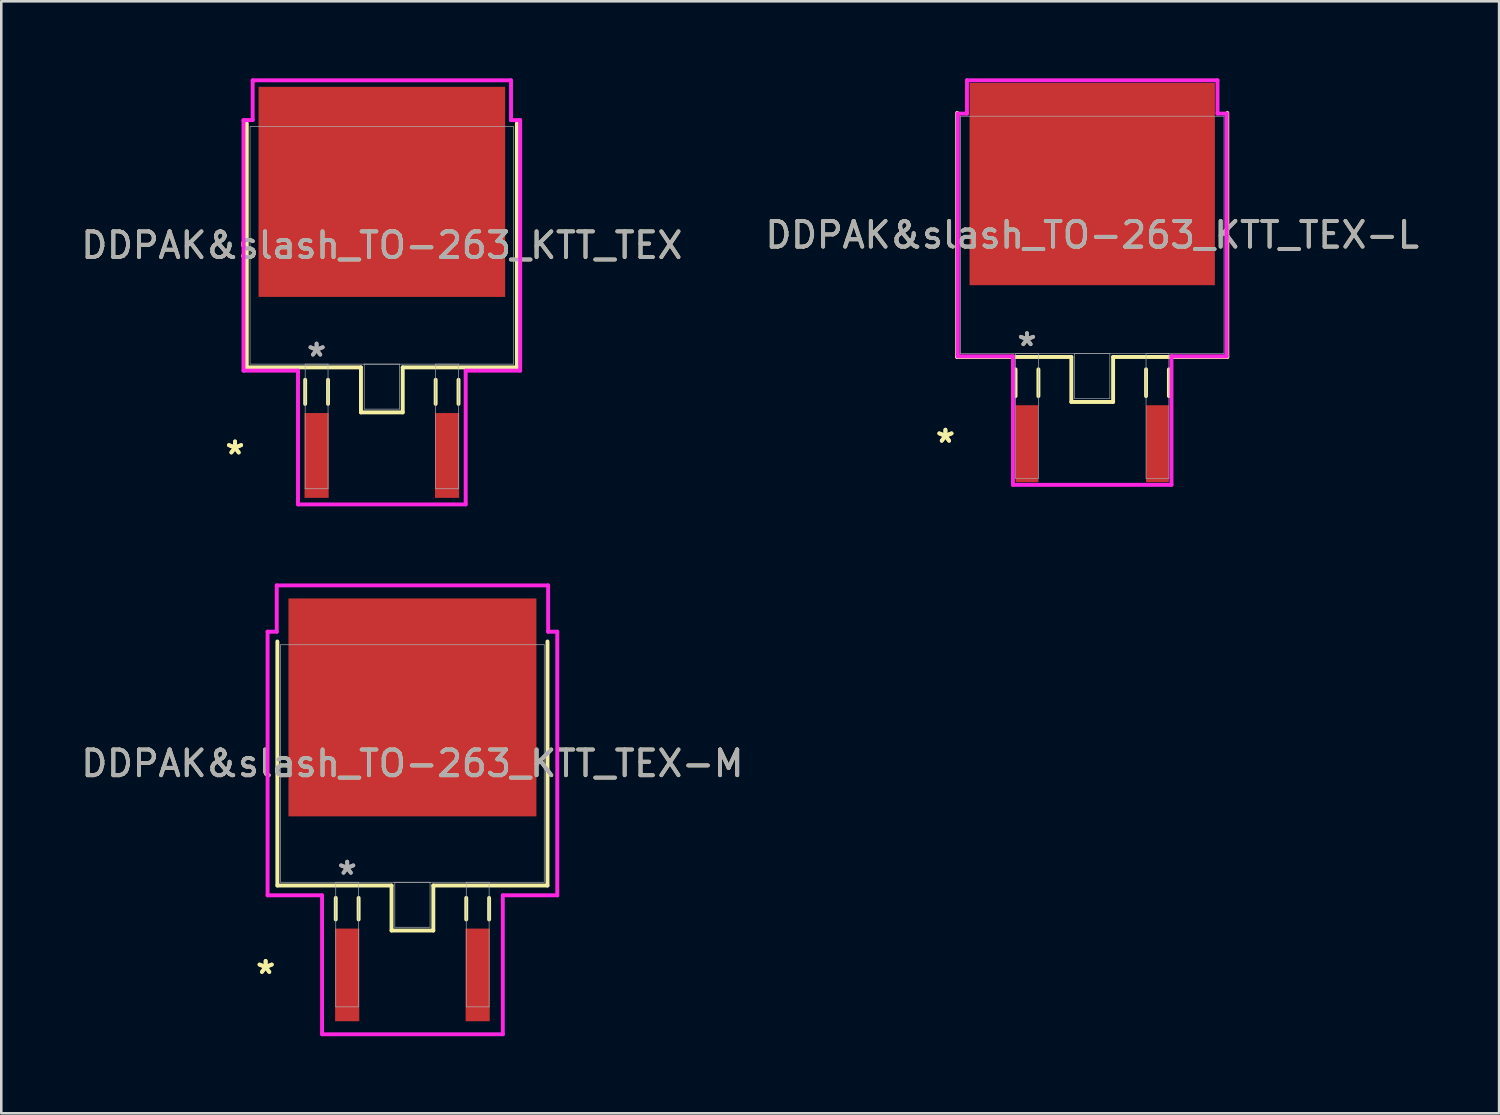
<source format=kicad_pcb>
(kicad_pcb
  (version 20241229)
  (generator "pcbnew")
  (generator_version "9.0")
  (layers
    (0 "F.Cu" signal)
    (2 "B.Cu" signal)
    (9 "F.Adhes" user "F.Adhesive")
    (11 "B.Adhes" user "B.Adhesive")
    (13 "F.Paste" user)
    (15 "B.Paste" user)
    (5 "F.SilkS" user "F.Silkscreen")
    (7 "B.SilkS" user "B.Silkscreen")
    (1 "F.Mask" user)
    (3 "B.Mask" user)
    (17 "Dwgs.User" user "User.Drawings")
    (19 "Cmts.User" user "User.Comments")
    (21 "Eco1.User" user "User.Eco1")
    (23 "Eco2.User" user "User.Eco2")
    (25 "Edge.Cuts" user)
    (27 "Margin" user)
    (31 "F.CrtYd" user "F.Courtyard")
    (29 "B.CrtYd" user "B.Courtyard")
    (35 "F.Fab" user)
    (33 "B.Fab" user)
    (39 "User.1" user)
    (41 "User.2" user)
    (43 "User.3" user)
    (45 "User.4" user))
  (footprint "DDPAK&slash_TO-263_KTT_TEX"
    (layer "F.Cu")
    (at 11.815 6.502)
    (property "Reference" "DDPAK&slash_TO-263_KTT_TEX" (at 0 0 0) (unlocked yes) (layer "F.SilkS") (effects (font (size 1 1) (thickness 0.15))))
    (attr smd)
    (fp_line (start -5.258 -4.75) (end -5.258 4.75) (stroke (width 0.152) (type solid)) (layer "F.SilkS"))
    (fp_line (start -5.258 4.75) (end -0.813 4.75) (stroke (width 0.152) (type solid)) (layer "F.SilkS"))
    (fp_line (start -2.985 5.232) (end -2.985 6.172) (stroke (width 0.152) (type solid)) (layer "F.SilkS"))
    (fp_line (start -2.095 5.232) (end -2.095 6.172) (stroke (width 0.152) (type solid)) (layer "F.SilkS"))
    (fp_line (start -0.813 4.75) (end -0.813 6.502) (stroke (width 0.152) (type solid)) (layer "F.SilkS"))
    (fp_line (start -0.813 6.502) (end 0.813 6.502) (stroke (width 0.152) (type solid)) (layer "F.SilkS"))
    (fp_line (start 0.813 4.75) (end 5.258 4.75) (stroke (width 0.152) (type solid)) (layer "F.SilkS"))
    (fp_line (start 0.813 6.502) (end 0.813 4.75) (stroke (width 0.152) (type solid)) (layer "F.SilkS"))
    (fp_line (start 2.095 5.232) (end 2.095 6.172) (stroke (width 0.152) (type solid)) (layer "F.SilkS"))
    (fp_line (start 2.985 5.232) (end 2.985 6.172) (stroke (width 0.152) (type solid)) (layer "F.SilkS"))
    (fp_line (start 5.258 4.75) (end 5.258 -4.75) (stroke (width 0.152) (type solid)) (layer "F.SilkS"))
    (fp_line (start -5.385 -4.877) (end -5.029 -4.877) (stroke (width 0.152) (type solid)) (layer "F.CrtYd"))
    (fp_line (start -5.385 4.877) (end -5.385 -4.877) (stroke (width 0.152) (type solid)) (layer "F.CrtYd"))
    (fp_line (start -5.029 -6.426) (end 5.029 -6.426) (stroke (width 0.152) (type solid)) (layer "F.CrtYd"))
    (fp_line (start -5.029 -4.877) (end -5.029 -6.426) (stroke (width 0.152) (type solid)) (layer "F.CrtYd"))
    (fp_line (start -3.264 4.877) (end -5.385 4.877) (stroke (width 0.152) (type solid)) (layer "F.CrtYd"))
    (fp_line (start -3.264 10.084) (end -3.264 4.877) (stroke (width 0.152) (type solid)) (layer "F.CrtYd"))
    (fp_line (start 3.264 4.877) (end 3.264 10.084) (stroke (width 0.152) (type solid)) (layer "F.CrtYd"))
    (fp_line (start 3.264 10.084) (end -3.264 10.084) (stroke (width 0.152) (type solid)) (layer "F.CrtYd"))
    (fp_line (start 5.029 -6.426) (end 5.029 -4.877) (stroke (width 0.152) (type solid)) (layer "F.CrtYd"))
    (fp_line (start 5.029 -4.877) (end 5.385 -4.877) (stroke (width 0.152) (type solid)) (layer "F.CrtYd"))
    (fp_line (start 5.385 -4.877) (end 5.385 4.877) (stroke (width 0.152) (type solid)) (layer "F.CrtYd"))
    (fp_line (start 5.385 4.877) (end 3.264 4.877) (stroke (width 0.152) (type solid)) (layer "F.CrtYd"))
    (fp_line (start -5.131 -4.623) (end -5.131 4.623) (stroke (width 0.025) (type solid)) (layer "F.Fab"))
    (fp_line (start -5.131 4.623) (end 5.131 4.623) (stroke (width 0.025) (type solid)) (layer "F.Fab"))
    (fp_line (start -2.985 4.623) (end -2.985 9.474) (stroke (width 0.025) (type solid)) (layer "F.Fab"))
    (fp_line (start -2.985 9.474) (end -2.095 9.474) (stroke (width 0.025) (type solid)) (layer "F.Fab"))
    (fp_line (start -2.095 4.623) (end -2.985 4.623) (stroke (width 0.025) (type solid)) (layer "F.Fab"))
    (fp_line (start -2.095 9.474) (end -2.095 4.623) (stroke (width 0.025) (type solid)) (layer "F.Fab"))
    (fp_line (start -0.686 4.623) (end -0.686 6.375) (stroke (width 0.025) (type solid)) (layer "F.Fab"))
    (fp_line (start -0.686 6.375) (end 0.686 6.375) (stroke (width 0.025) (type solid)) (layer "F.Fab"))
    (fp_line (start 0.686 4.623) (end -0.686 4.623) (stroke (width 0.025) (type solid)) (layer "F.Fab"))
    (fp_line (start 0.686 6.375) (end 0.686 4.623) (stroke (width 0.025) (type solid)) (layer "F.Fab"))
    (fp_line (start 2.095 4.623) (end 2.095 9.474) (stroke (width 0.025) (type solid)) (layer "F.Fab"))
    (fp_line (start 2.095 9.474) (end 2.985 9.474) (stroke (width 0.025) (type solid)) (layer "F.Fab"))
    (fp_line (start 2.985 4.623) (end 2.095 4.623) (stroke (width 0.025) (type solid)) (layer "F.Fab"))
    (fp_line (start 2.985 9.474) (end 2.985 4.623) (stroke (width 0.025) (type solid)) (layer "F.Fab"))
    (fp_line (start 5.131 -4.623) (end -5.131 -4.623) (stroke (width 0.025) (type solid)) (layer "F.Fab"))
    (fp_line (start 5.131 4.623) (end 5.131 -4.623) (stroke (width 0.025) (type solid)) (layer "F.Fab"))
    (fp_text user "*" (at -5.715 8.179 0) (unlocked yes) (layer "F.SilkS") (effects (font (size 1 1) (thickness 0.15))))
    (fp_text user "*" (at -5.715 8.179 0) (layer "F.SilkS") (effects (font (size 1 1) (thickness 0.15))))
    (fp_text user "*" (at -2.54 4.369 0) (unlocked yes) (layer "F.Fab") (effects (font (size 1 1) (thickness 0.15))))
    (fp_text user "*" (at -2.54 4.369 0) (layer "F.Fab") (effects (font (size 1 1) (thickness 0.15))))
    (fp_text user "${REFERENCE}" (at 0 0 0) (unlocked yes) (layer "F.Fab") (effects (font (size 1 1) (thickness 0.15))))
    (pad "1" smd rect (at -2.54 8.179) (size 0.94 3.302) (layers "F.Cu" "F.Mask" "F.Paste"))
    (pad "2" smd rect (at 0 -2.083) (size 9.601 8.179) (layers "F.Cu" "F.Mask" "F.Paste"))
    (pad "3" smd rect (at 2.54 8.179) (size 0.94 3.302) (layers "F.Cu" "F.Mask" "F.Paste")))
  (footprint "DDPAK&slash_TO-263_KTT_TEX-L"
    (layer "F.Cu")
    (at 39.47 6.096)
    (property "Reference" "DDPAK&slash_TO-263_KTT_TEX-L" (at 0 0 0) (unlocked yes) (layer "F.SilkS") (effects (font (size 1 1) (thickness 0.15))))
    (attr smd)
    (fp_line (start -5.258 -4.75) (end -5.258 4.75) (stroke (width 0.152) (type solid)) (layer "F.SilkS"))
    (fp_line (start -5.258 4.75) (end -0.813 4.75) (stroke (width 0.152) (type solid)) (layer "F.SilkS"))
    (fp_line (start -2.985 5.232) (end -2.985 6.274) (stroke (width 0.152) (type solid)) (layer "F.SilkS"))
    (fp_line (start -2.095 5.232) (end -2.095 6.274) (stroke (width 0.152) (type solid)) (layer "F.SilkS"))
    (fp_line (start -0.813 4.75) (end -0.813 6.502) (stroke (width 0.152) (type solid)) (layer "F.SilkS"))
    (fp_line (start -0.813 6.502) (end 0.813 6.502) (stroke (width 0.152) (type solid)) (layer "F.SilkS"))
    (fp_line (start 0.813 4.75) (end 5.258 4.75) (stroke (width 0.152) (type solid)) (layer "F.SilkS"))
    (fp_line (start 0.813 6.502) (end 0.813 4.75) (stroke (width 0.152) (type solid)) (layer "F.SilkS"))
    (fp_line (start 2.095 5.232) (end 2.095 6.274) (stroke (width 0.152) (type solid)) (layer "F.SilkS"))
    (fp_line (start 2.985 5.232) (end 2.985 6.274) (stroke (width 0.152) (type solid)) (layer "F.SilkS"))
    (fp_line (start 5.258 4.75) (end 5.258 -4.75) (stroke (width 0.152) (type solid)) (layer "F.SilkS"))
    (fp_line (start -5.232 -4.724) (end -4.877 -4.724) (stroke (width 0.152) (type solid)) (layer "F.CrtYd"))
    (fp_line (start -5.232 4.724) (end -5.232 -4.724) (stroke (width 0.152) (type solid)) (layer "F.CrtYd"))
    (fp_line (start -4.877 -6.02) (end 4.877 -6.02) (stroke (width 0.152) (type solid)) (layer "F.CrtYd"))
    (fp_line (start -4.877 -4.724) (end -4.877 -6.02) (stroke (width 0.152) (type solid)) (layer "F.CrtYd"))
    (fp_line (start -3.086 4.724) (end -5.232 4.724) (stroke (width 0.152) (type solid)) (layer "F.CrtYd"))
    (fp_line (start -3.086 9.728) (end -3.086 4.724) (stroke (width 0.152) (type solid)) (layer "F.CrtYd"))
    (fp_line (start 3.086 4.724) (end 3.086 9.728) (stroke (width 0.152) (type solid)) (layer "F.CrtYd"))
    (fp_line (start 3.086 9.728) (end -3.086 9.728) (stroke (width 0.152) (type solid)) (layer "F.CrtYd"))
    (fp_line (start 4.877 -6.02) (end 4.877 -4.724) (stroke (width 0.152) (type solid)) (layer "F.CrtYd"))
    (fp_line (start 4.877 -4.724) (end 5.232 -4.724) (stroke (width 0.152) (type solid)) (layer "F.CrtYd"))
    (fp_line (start 5.232 -4.724) (end 5.232 4.724) (stroke (width 0.152) (type solid)) (layer "F.CrtYd"))
    (fp_line (start 5.232 4.724) (end 3.086 4.724) (stroke (width 0.152) (type solid)) (layer "F.CrtYd"))
    (fp_line (start -5.131 -4.623) (end -5.131 4.623) (stroke (width 0.025) (type solid)) (layer "F.Fab"))
    (fp_line (start -5.131 4.623) (end 5.131 4.623) (stroke (width 0.025) (type solid)) (layer "F.Fab"))
    (fp_line (start -2.985 4.623) (end -2.985 9.474) (stroke (width 0.025) (type solid)) (layer "F.Fab"))
    (fp_line (start -2.985 9.474) (end -2.095 9.474) (stroke (width 0.025) (type solid)) (layer "F.Fab"))
    (fp_line (start -2.095 4.623) (end -2.985 4.623) (stroke (width 0.025) (type solid)) (layer "F.Fab"))
    (fp_line (start -2.095 9.474) (end -2.095 4.623) (stroke (width 0.025) (type solid)) (layer "F.Fab"))
    (fp_line (start -0.686 4.623) (end -0.686 6.375) (stroke (width 0.025) (type solid)) (layer "F.Fab"))
    (fp_line (start -0.686 6.375) (end 0.686 6.375) (stroke (width 0.025) (type solid)) (layer "F.Fab"))
    (fp_line (start 0.686 4.623) (end -0.686 4.623) (stroke (width 0.025) (type solid)) (layer "F.Fab"))
    (fp_line (start 0.686 6.375) (end 0.686 4.623) (stroke (width 0.025) (type solid)) (layer "F.Fab"))
    (fp_line (start 2.095 4.623) (end 2.095 9.474) (stroke (width 0.025) (type solid)) (layer "F.Fab"))
    (fp_line (start 2.095 9.474) (end 2.985 9.474) (stroke (width 0.025) (type solid)) (layer "F.Fab"))
    (fp_line (start 2.985 4.623) (end 2.095 4.623) (stroke (width 0.025) (type solid)) (layer "F.Fab"))
    (fp_line (start 2.985 9.474) (end 2.985 4.623) (stroke (width 0.025) (type solid)) (layer "F.Fab"))
    (fp_line (start 5.131 -4.623) (end -5.131 -4.623) (stroke (width 0.025) (type solid)) (layer "F.Fab"))
    (fp_line (start 5.131 4.623) (end 5.131 -4.623) (stroke (width 0.025) (type solid)) (layer "F.Fab"))
    (fp_text user "*" (at -5.715 8.128 0) (unlocked yes) (layer "F.SilkS") (effects (font (size 1 1) (thickness 0.15))))
    (fp_text user "*" (at -5.715 8.128 0) (layer "F.SilkS") (effects (font (size 1 1) (thickness 0.15))))
    (fp_text user "*" (at -2.54 4.369 0) (layer "F.Fab") (effects (font (size 1 1) (thickness 0.15))))
    (fp_text user "*" (at -2.54 4.369 0) (unlocked yes) (layer "F.Fab") (effects (font (size 1 1) (thickness 0.15))))
    (fp_text user "${REFERENCE}" (at 0 0 0) (unlocked yes) (layer "F.Fab") (effects (font (size 1 1) (thickness 0.15))))
    (pad "1" smd rect (at -2.54 8.128) (size 0.889 2.997) (layers "F.Cu" "F.Mask" "F.Paste"))
    (pad "2" smd rect (at 0 -1.981) (size 9.55 7.874) (layers "F.Cu" "F.Mask" "F.Paste"))
    (pad "3" smd rect (at 2.54 8.128) (size 0.889 2.997) (layers "F.Cu" "F.Mask" "F.Paste")))
  (footprint "DDPAK&slash_TO-263_KTT_TEX-M"
    (layer "F.Cu")
    (at 13.006 26.673)
    (property "Reference" "DDPAK&slash_TO-263_KTT_TEX-M" (at 0 0 0) (unlocked yes) (layer "F.SilkS") (effects (font (size 1 1) (thickness 0.15))))
    (attr smd)
    (fp_line (start -5.258 -4.75) (end -5.258 4.75) (stroke (width 0.152) (type solid)) (layer "F.SilkS"))
    (fp_line (start -5.258 4.75) (end -0.813 4.75) (stroke (width 0.152) (type solid)) (layer "F.SilkS"))
    (fp_line (start -2.985 5.232) (end -2.985 6.071) (stroke (width 0.152) (type solid)) (layer "F.SilkS"))
    (fp_line (start -2.095 5.232) (end -2.095 6.071) (stroke (width 0.152) (type solid)) (layer "F.SilkS"))
    (fp_line (start -0.813 4.75) (end -0.813 6.502) (stroke (width 0.152) (type solid)) (layer "F.SilkS"))
    (fp_line (start -0.813 6.502) (end 0.813 6.502) (stroke (width 0.152) (type solid)) (layer "F.SilkS"))
    (fp_line (start 0.813 4.75) (end 5.258 4.75) (stroke (width 0.152) (type solid)) (layer "F.SilkS"))
    (fp_line (start 0.813 6.502) (end 0.813 4.75) (stroke (width 0.152) (type solid)) (layer "F.SilkS"))
    (fp_line (start 2.095 5.232) (end 2.095 6.071) (stroke (width 0.152) (type solid)) (layer "F.SilkS"))
    (fp_line (start 2.985 5.232) (end 2.985 6.071) (stroke (width 0.152) (type solid)) (layer "F.SilkS"))
    (fp_line (start 5.258 4.75) (end 5.258 -4.75) (stroke (width 0.152) (type solid)) (layer "F.SilkS"))
    (fp_line (start -5.639 -5.131) (end -5.283 -5.131) (stroke (width 0.152) (type solid)) (layer "F.CrtYd"))
    (fp_line (start -5.639 5.131) (end -5.639 -5.131) (stroke (width 0.152) (type solid)) (layer "F.CrtYd"))
    (fp_line (start -5.283 -6.934) (end 5.283 -6.934) (stroke (width 0.152) (type solid)) (layer "F.CrtYd"))
    (fp_line (start -5.283 -5.131) (end -5.283 -6.934) (stroke (width 0.152) (type solid)) (layer "F.CrtYd"))
    (fp_line (start -3.518 5.131) (end -5.639 5.131) (stroke (width 0.152) (type solid)) (layer "F.CrtYd"))
    (fp_line (start -3.518 10.541) (end -3.518 5.131) (stroke (width 0.152) (type solid)) (layer "F.CrtYd"))
    (fp_line (start 3.518 5.131) (end 3.518 10.541) (stroke (width 0.152) (type solid)) (layer "F.CrtYd"))
    (fp_line (start 3.518 10.541) (end -3.518 10.541) (stroke (width 0.152) (type solid)) (layer "F.CrtYd"))
    (fp_line (start 5.283 -6.934) (end 5.283 -5.131) (stroke (width 0.152) (type solid)) (layer "F.CrtYd"))
    (fp_line (start 5.283 -5.131) (end 5.639 -5.131) (stroke (width 0.152) (type solid)) (layer "F.CrtYd"))
    (fp_line (start 5.639 -5.131) (end 5.639 5.131) (stroke (width 0.152) (type solid)) (layer "F.CrtYd"))
    (fp_line (start 5.639 5.131) (end 3.518 5.131) (stroke (width 0.152) (type solid)) (layer "F.CrtYd"))
    (fp_line (start -5.131 -4.623) (end -5.131 4.623) (stroke (width 0.025) (type solid)) (layer "F.Fab"))
    (fp_line (start -5.131 4.623) (end 5.131 4.623) (stroke (width 0.025) (type solid)) (layer "F.Fab"))
    (fp_line (start -2.985 4.623) (end -2.985 9.474) (stroke (width 0.025) (type solid)) (layer "F.Fab"))
    (fp_line (start -2.985 9.474) (end -2.095 9.474) (stroke (width 0.025) (type solid)) (layer "F.Fab"))
    (fp_line (start -2.095 4.623) (end -2.985 4.623) (stroke (width 0.025) (type solid)) (layer "F.Fab"))
    (fp_line (start -2.095 9.474) (end -2.095 4.623) (stroke (width 0.025) (type solid)) (layer "F.Fab"))
    (fp_line (start -0.686 4.623) (end -0.686 6.375) (stroke (width 0.025) (type solid)) (layer "F.Fab"))
    (fp_line (start -0.686 6.375) (end 0.686 6.375) (stroke (width 0.025) (type solid)) (layer "F.Fab"))
    (fp_line (start 0.686 4.623) (end -0.686 4.623) (stroke (width 0.025) (type solid)) (layer "F.Fab"))
    (fp_line (start 0.686 6.375) (end 0.686 4.623) (stroke (width 0.025) (type solid)) (layer "F.Fab"))
    (fp_line (start 2.095 4.623) (end 2.095 9.474) (stroke (width 0.025) (type solid)) (layer "F.Fab"))
    (fp_line (start 2.095 9.474) (end 2.985 9.474) (stroke (width 0.025) (type solid)) (layer "F.Fab"))
    (fp_line (start 2.985 4.623) (end 2.095 4.623) (stroke (width 0.025) (type solid)) (layer "F.Fab"))
    (fp_line (start 2.985 9.474) (end 2.985 4.623) (stroke (width 0.025) (type solid)) (layer "F.Fab"))
    (fp_line (start 5.131 -4.623) (end -5.131 -4.623) (stroke (width 0.025) (type solid)) (layer "F.Fab"))
    (fp_line (start 5.131 4.623) (end 5.131 -4.623) (stroke (width 0.025) (type solid)) (layer "F.Fab"))
    (fp_text user "*" (at -5.715 8.23 0) (layer "F.SilkS") (effects (font (size 1 1) (thickness 0.15))))
    (fp_text user "*" (at -5.715 8.23 0) (unlocked yes) (layer "F.SilkS") (effects (font (size 1 1) (thickness 0.15))))
    (fp_text user "*" (at -2.54 4.369 0) (layer "F.Fab") (effects (font (size 1 1) (thickness 0.15))))
    (fp_text user "*" (at -2.54 4.369 0) (unlocked yes) (layer "F.Fab") (effects (font (size 1 1) (thickness 0.15))))
    (fp_text user "${REFERENCE}" (at 0 0 0) (unlocked yes) (layer "F.Fab") (effects (font (size 1 1) (thickness 0.15))))
    (pad "1" smd rect (at -2.54 8.23) (size 0.94 3.607) (layers "F.Cu" "F.Mask" "F.Paste"))
    (pad "2" smd rect (at 0 -2.184) (size 9.652 8.484) (layers "F.Cu" "F.Mask" "F.Paste"))
    (pad "3" smd rect (at 2.54 8.23) (size 0.94 3.607) (layers "F.Cu" "F.Mask" "F.Paste")))
  (gr_rect
    (start -3 -3)
    (end 55.31 40.29)
    (stroke (width 0.1) (type default))
    (fill no)
    (layer "Edge.Cuts")))
</source>
